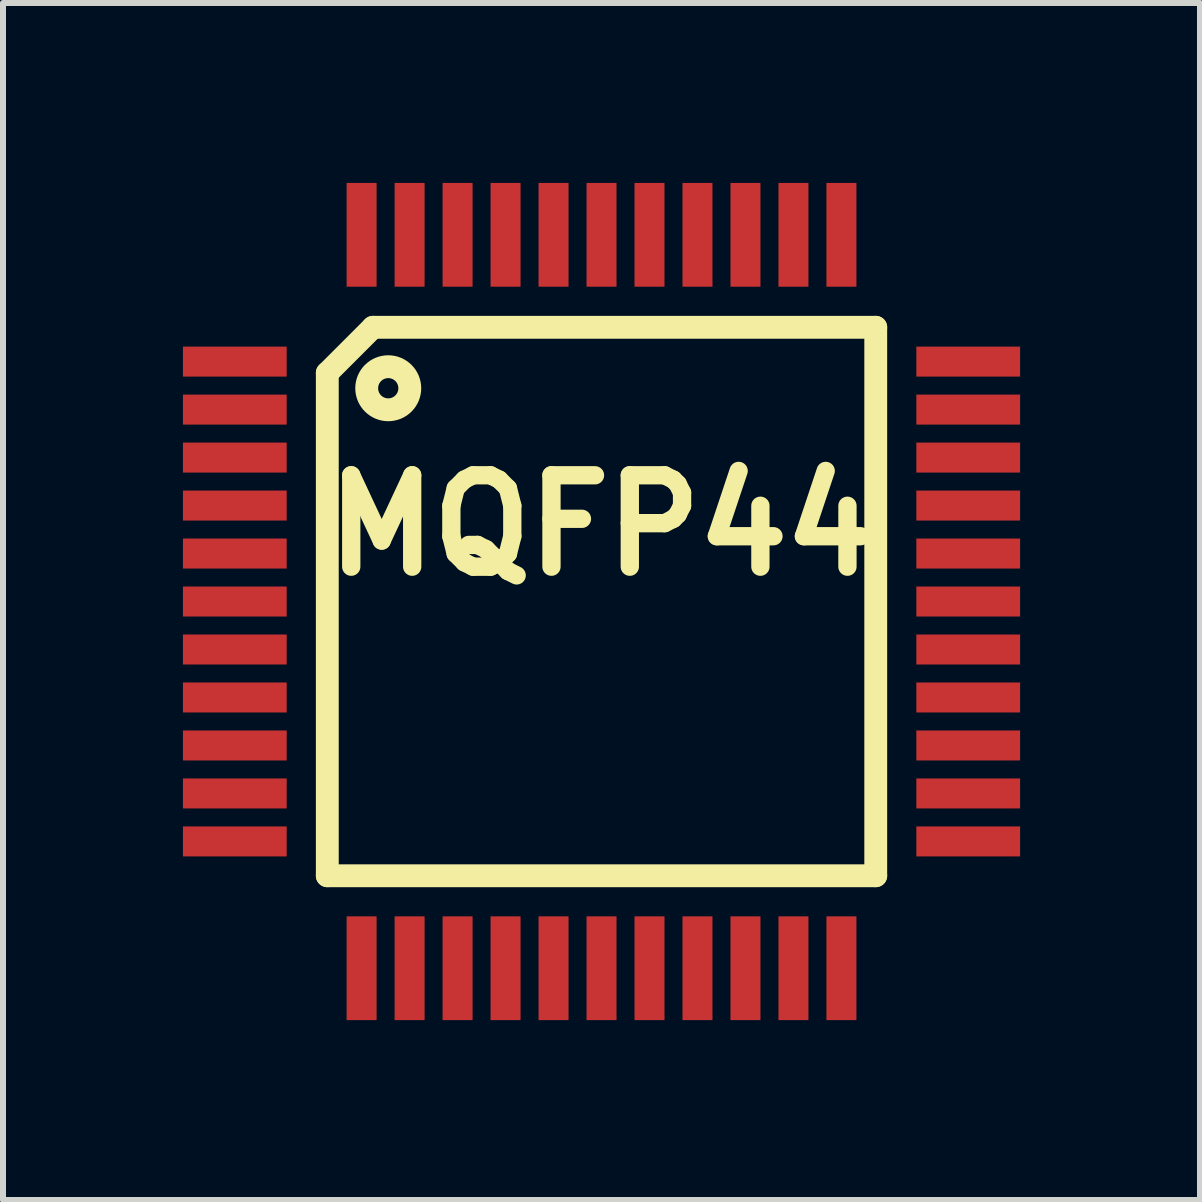
<source format=kicad_pcb>
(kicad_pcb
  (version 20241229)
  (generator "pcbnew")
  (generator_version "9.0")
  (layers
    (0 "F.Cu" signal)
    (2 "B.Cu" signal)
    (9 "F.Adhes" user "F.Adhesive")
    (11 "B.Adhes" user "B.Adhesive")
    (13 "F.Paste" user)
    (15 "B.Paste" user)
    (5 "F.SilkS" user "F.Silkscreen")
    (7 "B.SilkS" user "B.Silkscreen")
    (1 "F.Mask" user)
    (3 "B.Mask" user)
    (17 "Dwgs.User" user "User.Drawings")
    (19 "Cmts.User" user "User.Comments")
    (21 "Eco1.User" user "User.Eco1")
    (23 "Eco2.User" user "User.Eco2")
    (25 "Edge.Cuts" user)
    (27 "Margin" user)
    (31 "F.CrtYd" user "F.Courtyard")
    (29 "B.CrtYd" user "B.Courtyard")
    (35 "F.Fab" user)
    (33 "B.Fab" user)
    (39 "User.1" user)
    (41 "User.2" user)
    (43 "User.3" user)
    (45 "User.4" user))
  (footprint "MQFP44"
    (layer "F.Cu")
    (at 6.979 6.979)
    (property "Reference" "MQFP44" (at 0 -1.27 0) (layer "F.SilkS") (effects (font (size 1.524 1.524) (thickness 0.305))))
    (attr through_hole)
    (fp_line (start -4.572 -3.81) (end -4.572 4.572) (stroke (width 0.381) (type solid)) (layer "F.SilkS"))
    (fp_line (start -4.572 4.572) (end 4.572 4.572) (stroke (width 0.381) (type solid)) (layer "F.SilkS"))
    (fp_line (start -3.81 -4.572) (end -4.572 -3.81) (stroke (width 0.381) (type solid)) (layer "F.SilkS"))
    (fp_line (start 4.572 -4.572) (end -3.81 -4.572) (stroke (width 0.381) (type solid)) (layer "F.SilkS"))
    (fp_line (start 4.572 4.572) (end 4.572 -4.572) (stroke (width 0.381) (type solid)) (layer "F.SilkS"))
    (fp_circle (center -3.556 -3.556) (end -3.302 -3.302) (stroke (width 0.381) (type solid)) (fill no) (layer "F.SilkS"))
    (pad "1" smd rect (at -6.114 -4) (size 1.73 0.5) (layers "F.Cu" "F.Mask" "F.Paste"))
    (pad "2" smd rect (at -6.114 -3.2) (size 1.73 0.5) (layers "F.Cu" "F.Mask" "F.Paste"))
    (pad "3" smd rect (at -6.114 -2.4) (size 1.73 0.5) (layers "F.Cu" "F.Mask" "F.Paste"))
    (pad "4" smd rect (at -6.114 -1.6) (size 1.73 0.5) (layers "F.Cu" "F.Mask" "F.Paste"))
    (pad "5" smd rect (at -6.114 -0.8) (size 1.73 0.5) (layers "F.Cu" "F.Mask" "F.Paste"))
    (pad "6" smd rect (at -6.114 0) (size 1.73 0.5) (layers "F.Cu" "F.Mask" "F.Paste"))
    (pad "7" smd rect (at -6.114 0.8) (size 1.73 0.5) (layers "F.Cu" "F.Mask" "F.Paste"))
    (pad "8" smd rect (at -6.114 1.6) (size 1.73 0.5) (layers "F.Cu" "F.Mask" "F.Paste"))
    (pad "9" smd rect (at -6.114 2.4) (size 1.73 0.5) (layers "F.Cu" "F.Mask" "F.Paste"))
    (pad "10" smd rect (at -6.114 3.2) (size 1.73 0.5) (layers "F.Cu" "F.Mask" "F.Paste"))
    (pad "11" smd rect (at -6.114 4) (size 1.73 0.5) (layers "F.Cu" "F.Mask" "F.Paste"))
    (pad "12" smd rect (at -4 6.114) (size 0.5 1.73) (layers "F.Cu" "F.Mask" "F.Paste"))
    (pad "13" smd rect (at -3.2 6.114) (size 0.5 1.73) (layers "F.Cu" "F.Mask" "F.Paste"))
    (pad "14" smd rect (at -2.4 6.114) (size 0.5 1.73) (layers "F.Cu" "F.Mask" "F.Paste"))
    (pad "15" smd rect (at -1.6 6.114) (size 0.5 1.73) (layers "F.Cu" "F.Mask" "F.Paste"))
    (pad "16" smd rect (at -0.8 6.114) (size 0.5 1.73) (layers "F.Cu" "F.Mask" "F.Paste"))
    (pad "17" smd rect (at 0 6.114) (size 0.5 1.73) (layers "F.Cu" "F.Mask" "F.Paste"))
    (pad "18" smd rect (at 0.8 6.114) (size 0.5 1.73) (layers "F.Cu" "F.Mask" "F.Paste"))
    (pad "19" smd rect (at 1.6 6.114) (size 0.5 1.73) (layers "F.Cu" "F.Mask" "F.Paste"))
    (pad "20" smd rect (at 2.4 6.114) (size 0.5 1.73) (layers "F.Cu" "F.Mask" "F.Paste"))
    (pad "21" smd rect (at 3.2 6.114) (size 0.5 1.73) (layers "F.Cu" "F.Mask" "F.Paste"))
    (pad "22" smd rect (at 4 6.114) (size 0.5 1.73) (layers "F.Cu" "F.Mask" "F.Paste"))
    (pad "23" smd rect (at 6.114 4) (size 1.73 0.5) (layers "F.Cu" "F.Mask" "F.Paste"))
    (pad "24" smd rect (at 6.114 3.2) (size 1.73 0.5) (layers "F.Cu" "F.Mask" "F.Paste"))
    (pad "25" smd rect (at 6.114 2.4) (size 1.73 0.5) (layers "F.Cu" "F.Mask" "F.Paste"))
    (pad "26" smd rect (at 6.114 1.6) (size 1.73 0.5) (layers "F.Cu" "F.Mask" "F.Paste"))
    (pad "27" smd rect (at 6.114 0.8) (size 1.73 0.5) (layers "F.Cu" "F.Mask" "F.Paste"))
    (pad "28" smd rect (at 6.114 0) (size 1.73 0.5) (layers "F.Cu" "F.Mask" "F.Paste"))
    (pad "29" smd rect (at 6.114 -0.8) (size 1.73 0.5) (layers "F.Cu" "F.Mask" "F.Paste"))
    (pad "30" smd rect (at 6.114 -1.6) (size 1.73 0.5) (layers "F.Cu" "F.Mask" "F.Paste"))
    (pad "31" smd rect (at 6.114 -2.4) (size 1.73 0.5) (layers "F.Cu" "F.Mask" "F.Paste"))
    (pad "32" smd rect (at 6.114 -3.2) (size 1.73 0.5) (layers "F.Cu" "F.Mask" "F.Paste"))
    (pad "33" smd rect (at 6.114 -4) (size 1.73 0.5) (layers "F.Cu" "F.Mask" "F.Paste"))
    (pad "34" smd rect (at 4 -6.114) (size 0.5 1.73) (layers "F.Cu" "F.Mask" "F.Paste"))
    (pad "35" smd rect (at 3.2 -6.114) (size 0.5 1.73) (layers "F.Cu" "F.Mask" "F.Paste"))
    (pad "36" smd rect (at 2.4 -6.114) (size 0.5 1.73) (layers "F.Cu" "F.Mask" "F.Paste"))
    (pad "37" smd rect (at 1.6 -6.114) (size 0.5 1.73) (layers "F.Cu" "F.Mask" "F.Paste"))
    (pad "38" smd rect (at 0.8 -6.114) (size 0.5 1.73) (layers "F.Cu" "F.Mask" "F.Paste"))
    (pad "39" smd rect (at 0 -6.114) (size 0.5 1.73) (layers "F.Cu" "F.Mask" "F.Paste"))
    (pad "40" smd rect (at -0.8 -6.114) (size 0.5 1.73) (layers "F.Cu" "F.Mask" "F.Paste"))
    (pad "41" smd rect (at -1.6 -6.114) (size 0.5 1.73) (layers "F.Cu" "F.Mask" "F.Paste"))
    (pad "42" smd rect (at -2.4 -6.114) (size 0.5 1.73) (layers "F.Cu" "F.Mask" "F.Paste"))
    (pad "43" smd rect (at -3.2 -6.114) (size 0.5 1.73) (layers "F.Cu" "F.Mask" "F.Paste"))
    (pad "44" smd rect (at -4 -6.114) (size 0.5 1.73) (layers "F.Cu" "F.Mask" "F.Paste")))
  (gr_rect
    (start -3 -3)
    (end 16.957 16.957)
    (stroke (width 0.1) (type default))
    (fill no)
    (layer "Edge.Cuts")))
</source>
